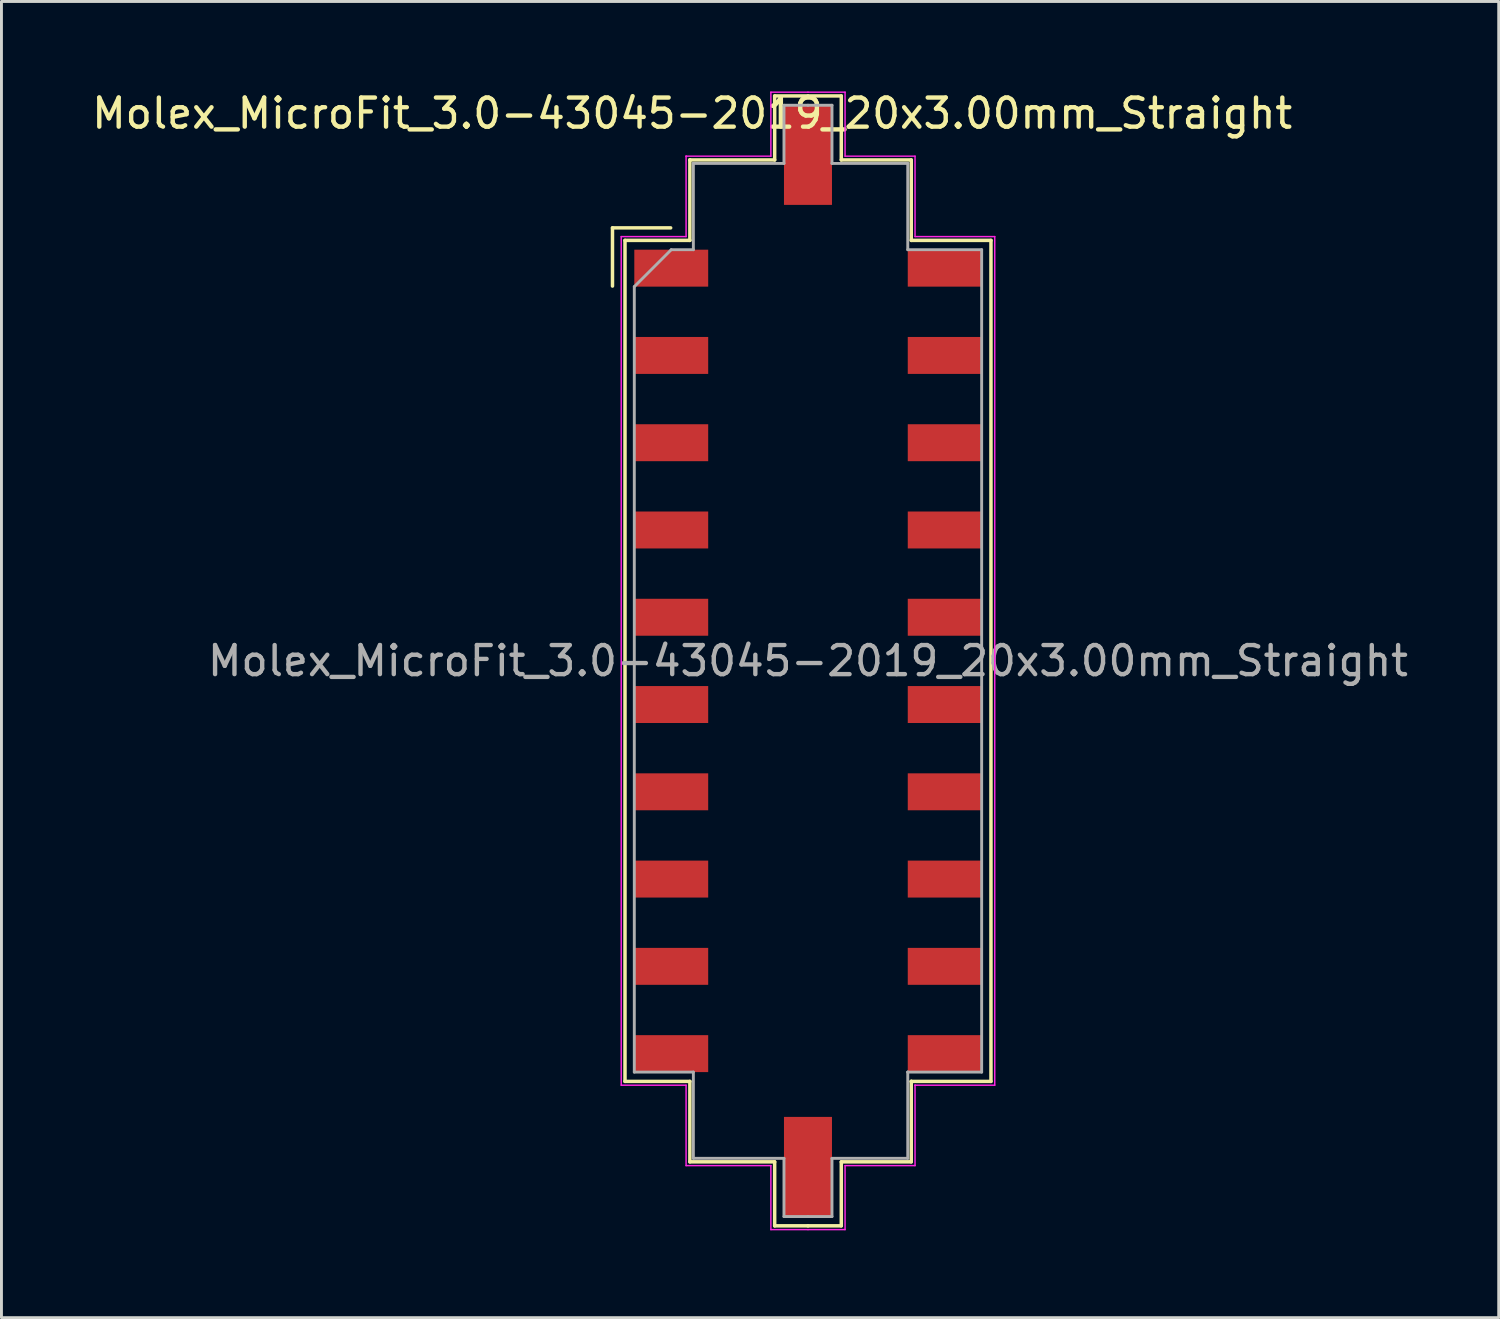
<source format=kicad_pcb>
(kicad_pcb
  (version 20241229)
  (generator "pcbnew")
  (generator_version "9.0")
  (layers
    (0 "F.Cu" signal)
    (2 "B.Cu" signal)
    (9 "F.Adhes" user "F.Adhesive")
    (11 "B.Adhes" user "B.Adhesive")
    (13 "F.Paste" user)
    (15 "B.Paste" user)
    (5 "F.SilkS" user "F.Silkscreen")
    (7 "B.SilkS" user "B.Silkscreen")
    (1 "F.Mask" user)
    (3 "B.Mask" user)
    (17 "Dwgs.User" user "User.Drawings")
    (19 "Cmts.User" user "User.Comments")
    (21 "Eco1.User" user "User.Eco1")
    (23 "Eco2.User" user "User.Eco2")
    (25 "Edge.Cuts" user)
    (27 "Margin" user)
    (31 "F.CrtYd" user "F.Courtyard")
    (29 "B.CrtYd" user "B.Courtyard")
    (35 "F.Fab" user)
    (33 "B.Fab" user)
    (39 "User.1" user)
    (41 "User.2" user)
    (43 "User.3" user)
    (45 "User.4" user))
  (footprint "Molex_MicroFit_3.0-43045-2019_20x3.00mm_Straight"
    (layer "F.Cu")
    (at 24.724 19.668)
    (property "Reference" "Molex_MicroFit_3.0-43045-2019_20x3.00mm_Straight" (at -3.98 -18.82 0) (layer "F.SilkS") (effects (font (size 1 1) (thickness 0.15))))
    (attr smd)
    (fp_line (start -6.72 -14.885) (end -6.72 -12.885) (stroke (width 0.12) (type solid)) (layer "F.SilkS"))
    (fp_line (start -6.29 -14.455) (end -4.06 -14.455) (stroke (width 0.12) (type solid)) (layer "F.SilkS"))
    (fp_line (start -6.29 14.455) (end -6.29 -14.455) (stroke (width 0.12) (type solid)) (layer "F.SilkS"))
    (fp_line (start -4.72 -14.885) (end -6.72 -14.885) (stroke (width 0.12) (type solid)) (layer "F.SilkS"))
    (fp_line (start -4.06 -17.22) (end -4.06 -17.22) (stroke (width 0.12) (type solid)) (layer "F.SilkS"))
    (fp_line (start -4.06 -17.22) (end -1.145 -17.22) (stroke (width 0.12) (type solid)) (layer "F.SilkS"))
    (fp_line (start -4.06 -14.455) (end -4.06 -17.22) (stroke (width 0.12) (type solid)) (layer "F.SilkS"))
    (fp_line (start -4.06 14.455) (end -6.29 14.455) (stroke (width 0.12) (type solid)) (layer "F.SilkS"))
    (fp_line (start -4.06 17.22) (end -4.06 14.455) (stroke (width 0.12) (type solid)) (layer "F.SilkS"))
    (fp_line (start -1.145 -19.42) (end 0 -19.42) (stroke (width 0.12) (type solid)) (layer "F.SilkS"))
    (fp_line (start -1.145 -17.22) (end -1.145 -19.42) (stroke (width 0.12) (type solid)) (layer "F.SilkS"))
    (fp_line (start -1.145 17.22) (end -4.06 17.22) (stroke (width 0.12) (type solid)) (layer "F.SilkS"))
    (fp_line (start -1.145 19.42) (end -1.145 17.22) (stroke (width 0.12) (type solid)) (layer "F.SilkS"))
    (fp_line (start 0 -19.42) (end 1.145 -19.42) (stroke (width 0.12) (type solid)) (layer "F.SilkS"))
    (fp_line (start 0 19.42) (end -1.145 19.42) (stroke (width 0.12) (type solid)) (layer "F.SilkS"))
    (fp_line (start 1.145 -19.42) (end 1.145 -17.22) (stroke (width 0.12) (type solid)) (layer "F.SilkS"))
    (fp_line (start 1.145 -17.22) (end 3.55 -17.22) (stroke (width 0.12) (type solid)) (layer "F.SilkS"))
    (fp_line (start 1.145 17.22) (end 1.145 19.42) (stroke (width 0.12) (type solid)) (layer "F.SilkS"))
    (fp_line (start 1.145 19.42) (end 0 19.42) (stroke (width 0.12) (type solid)) (layer "F.SilkS"))
    (fp_line (start 3.55 -17.22) (end 3.55 -14.455) (stroke (width 0.12) (type solid)) (layer "F.SilkS"))
    (fp_line (start 3.55 -14.455) (end 6.29 -14.455) (stroke (width 0.12) (type solid)) (layer "F.SilkS"))
    (fp_line (start 3.55 14.455) (end 3.55 14.455) (stroke (width 0.12) (type solid)) (layer "F.SilkS"))
    (fp_line (start 3.55 14.455) (end 3.55 17.22) (stroke (width 0.12) (type solid)) (layer "F.SilkS"))
    (fp_line (start 3.55 17.22) (end 1.145 17.22) (stroke (width 0.12) (type solid)) (layer "F.SilkS"))
    (fp_line (start 6.29 -14.455) (end 6.29 14.455) (stroke (width 0.12) (type solid)) (layer "F.SilkS"))
    (fp_line (start 6.29 14.455) (end 3.55 14.455) (stroke (width 0.12) (type solid)) (layer "F.SilkS"))
    (fp_line (start -6.42 -14.585) (end -4.19 -14.585) (stroke (width 0.05) (type solid)) (layer "F.CrtYd"))
    (fp_line (start -6.42 14.585) (end -6.42 -14.585) (stroke (width 0.05) (type solid)) (layer "F.CrtYd"))
    (fp_line (start -4.19 -17.35) (end -4.19 -17.35) (stroke (width 0.05) (type solid)) (layer "F.CrtYd"))
    (fp_line (start -4.19 -17.35) (end -1.275 -17.35) (stroke (width 0.05) (type solid)) (layer "F.CrtYd"))
    (fp_line (start -4.19 -14.585) (end -4.19 -17.35) (stroke (width 0.05) (type solid)) (layer "F.CrtYd"))
    (fp_line (start -4.19 14.585) (end -6.42 14.585) (stroke (width 0.05) (type solid)) (layer "F.CrtYd"))
    (fp_line (start -4.19 17.35) (end -4.19 14.585) (stroke (width 0.05) (type solid)) (layer "F.CrtYd"))
    (fp_line (start -1.275 -19.55) (end 0 -19.55) (stroke (width 0.05) (type solid)) (layer "F.CrtYd"))
    (fp_line (start -1.275 -17.35) (end -1.275 -19.55) (stroke (width 0.05) (type solid)) (layer "F.CrtYd"))
    (fp_line (start -1.275 17.35) (end -4.19 17.35) (stroke (width 0.05) (type solid)) (layer "F.CrtYd"))
    (fp_line (start -1.275 19.55) (end -1.275 17.35) (stroke (width 0.05) (type solid)) (layer "F.CrtYd"))
    (fp_line (start 0 -19.55) (end 1.275 -19.55) (stroke (width 0.05) (type solid)) (layer "F.CrtYd"))
    (fp_line (start 0 19.55) (end -1.275 19.55) (stroke (width 0.05) (type solid)) (layer "F.CrtYd"))
    (fp_line (start 1.275 -19.55) (end 1.275 -17.35) (stroke (width 0.05) (type solid)) (layer "F.CrtYd"))
    (fp_line (start 1.275 -17.35) (end 3.68 -17.35) (stroke (width 0.05) (type solid)) (layer "F.CrtYd"))
    (fp_line (start 1.275 17.35) (end 1.275 19.55) (stroke (width 0.05) (type solid)) (layer "F.CrtYd"))
    (fp_line (start 1.275 19.55) (end 0 19.55) (stroke (width 0.05) (type solid)) (layer "F.CrtYd"))
    (fp_line (start 3.68 -17.35) (end 3.68 -14.585) (stroke (width 0.05) (type solid)) (layer "F.CrtYd"))
    (fp_line (start 3.68 -14.585) (end 6.42 -14.585) (stroke (width 0.05) (type solid)) (layer "F.CrtYd"))
    (fp_line (start 3.68 14.585) (end 3.68 14.585) (stroke (width 0.05) (type solid)) (layer "F.CrtYd"))
    (fp_line (start 3.68 14.585) (end 3.68 17.35) (stroke (width 0.05) (type solid)) (layer "F.CrtYd"))
    (fp_line (start 3.68 17.35) (end 1.275 17.35) (stroke (width 0.05) (type solid)) (layer "F.CrtYd"))
    (fp_line (start 6.42 -14.585) (end 6.42 14.585) (stroke (width 0.05) (type solid)) (layer "F.CrtYd"))
    (fp_line (start 6.42 14.585) (end 3.68 14.585) (stroke (width 0.05) (type solid)) (layer "F.CrtYd"))
    (fp_line (start -5.97 -12.865) (end -4.7 -14.135) (stroke (width 0.1) (type solid)) (layer "F.Fab"))
    (fp_line (start -5.97 14.135) (end -5.97 -12.865) (stroke (width 0.1) (type solid)) (layer "F.Fab"))
    (fp_line (start -4.7 -14.135) (end -3.94 -14.135) (stroke (width 0.1) (type solid)) (layer "F.Fab"))
    (fp_line (start -3.94 -17.1) (end -3.94 -17.1) (stroke (width 0.1) (type solid)) (layer "F.Fab"))
    (fp_line (start -3.94 -17.1) (end -0.825 -17.1) (stroke (width 0.1) (type solid)) (layer "F.Fab"))
    (fp_line (start -3.94 -14.135) (end -3.94 -17.1) (stroke (width 0.1) (type solid)) (layer "F.Fab"))
    (fp_line (start -3.94 14.135) (end -5.97 14.135) (stroke (width 0.1) (type solid)) (layer "F.Fab"))
    (fp_line (start -3.94 17.1) (end -3.94 14.135) (stroke (width 0.1) (type solid)) (layer "F.Fab"))
    (fp_line (start -0.825 -19.1) (end 0 -19.1) (stroke (width 0.1) (type solid)) (layer "F.Fab"))
    (fp_line (start -0.825 -17.1) (end -0.825 -19.1) (stroke (width 0.1) (type solid)) (layer "F.Fab"))
    (fp_line (start -0.825 17.1) (end -3.94 17.1) (stroke (width 0.1) (type solid)) (layer "F.Fab"))
    (fp_line (start -0.825 19.1) (end -0.825 17.1) (stroke (width 0.1) (type solid)) (layer "F.Fab"))
    (fp_line (start 0 -19.1) (end 0.825 -19.1) (stroke (width 0.1) (type solid)) (layer "F.Fab"))
    (fp_line (start 0 19.1) (end -0.825 19.1) (stroke (width 0.1) (type solid)) (layer "F.Fab"))
    (fp_line (start 0.825 -19.1) (end 0.825 -17.1) (stroke (width 0.1) (type solid)) (layer "F.Fab"))
    (fp_line (start 0.825 -17.1) (end 3.43 -17.1) (stroke (width 0.1) (type solid)) (layer "F.Fab"))
    (fp_line (start 0.825 17.1) (end 0.825 19.1) (stroke (width 0.1) (type solid)) (layer "F.Fab"))
    (fp_line (start 0.825 19.1) (end 0 19.1) (stroke (width 0.1) (type solid)) (layer "F.Fab"))
    (fp_line (start 3.43 -17.1) (end 3.43 -14.135) (stroke (width 0.1) (type solid)) (layer "F.Fab"))
    (fp_line (start 3.43 -14.135) (end 5.97 -14.135) (stroke (width 0.1) (type solid)) (layer "F.Fab"))
    (fp_line (start 3.43 14.135) (end 3.43 14.135) (stroke (width 0.1) (type solid)) (layer "F.Fab"))
    (fp_line (start 3.43 14.135) (end 3.43 17.1) (stroke (width 0.1) (type solid)) (layer "F.Fab"))
    (fp_line (start 3.43 17.1) (end 0.825 17.1) (stroke (width 0.1) (type solid)) (layer "F.Fab"))
    (fp_line (start 5.97 -14.135) (end 5.97 14.135) (stroke (width 0.1) (type solid)) (layer "F.Fab"))
    (fp_line (start 5.97 14.135) (end 3.43 14.135) (stroke (width 0.1) (type solid)) (layer "F.Fab"))
    (fp_text user "${REFERENCE}" (at 0 0 0) (layer "F.Fab") (effects (font (size 1 1) (thickness 0.15))))
    (pad "" smd rect (at 0 -17.39) (size 1.65 3.43) (layers "F.Cu" "F.Mask" "F.Paste"))
    (pad "" smd rect (at 0 17.39) (size 1.65 3.43) (layers "F.Cu" "F.Mask" "F.Paste"))
    (pad "1" smd rect (at -4.7 -13.5) (size 2.54 1.27) (layers "F.Cu" "F.Mask" "F.Paste"))
    (pad "2" smd rect (at -4.7 -10.5) (size 2.54 1.27) (layers "F.Cu" "F.Mask" "F.Paste"))
    (pad "3" smd rect (at -4.7 -7.5) (size 2.54 1.27) (layers "F.Cu" "F.Mask" "F.Paste"))
    (pad "4" smd rect (at -4.7 -4.5) (size 2.54 1.27) (layers "F.Cu" "F.Mask" "F.Paste"))
    (pad "5" smd rect (at -4.7 -1.5) (size 2.54 1.27) (layers "F.Cu" "F.Mask" "F.Paste"))
    (pad "6" smd rect (at -4.7 1.5) (size 2.54 1.27) (layers "F.Cu" "F.Mask" "F.Paste"))
    (pad "7" smd rect (at -4.7 4.5) (size 2.54 1.27) (layers "F.Cu" "F.Mask" "F.Paste"))
    (pad "8" smd rect (at -4.7 7.5) (size 2.54 1.27) (layers "F.Cu" "F.Mask" "F.Paste"))
    (pad "9" smd rect (at -4.7 10.5) (size 2.54 1.27) (layers "F.Cu" "F.Mask" "F.Paste"))
    (pad "10" smd rect (at -4.7 13.5) (size 2.54 1.27) (layers "F.Cu" "F.Mask" "F.Paste"))
    (pad "11" smd rect (at 4.7 13.5) (size 2.54 1.27) (layers "F.Cu" "F.Mask" "F.Paste"))
    (pad "12" smd rect (at 4.7 10.5) (size 2.54 1.27) (layers "F.Cu" "F.Mask" "F.Paste"))
    (pad "13" smd rect (at 4.7 7.5) (size 2.54 1.27) (layers "F.Cu" "F.Mask" "F.Paste"))
    (pad "14" smd rect (at 4.7 4.5) (size 2.54 1.27) (layers "F.Cu" "F.Mask" "F.Paste"))
    (pad "15" smd rect (at 4.7 1.5) (size 2.54 1.27) (layers "F.Cu" "F.Mask" "F.Paste"))
    (pad "16" smd rect (at 4.7 -1.5) (size 2.54 1.27) (layers "F.Cu" "F.Mask" "F.Paste"))
    (pad "17" smd rect (at 4.7 -4.5) (size 2.54 1.27) (layers "F.Cu" "F.Mask" "F.Paste"))
    (pad "18" smd rect (at 4.7 -7.5) (size 2.54 1.27) (layers "F.Cu" "F.Mask" "F.Paste"))
    (pad "19" smd rect (at 4.7 -10.5) (size 2.54 1.27) (layers "F.Cu" "F.Mask" "F.Paste"))
    (pad "20" smd rect (at 4.7 -13.5) (size 2.54 1.27) (layers "F.Cu" "F.Mask" "F.Paste")))
  (gr_rect
    (start -3 -3)
    (end 48.468 42.243)
    (stroke (width 0.1) (type default))
    (fill no)
    (layer "Edge.Cuts")))
</source>
